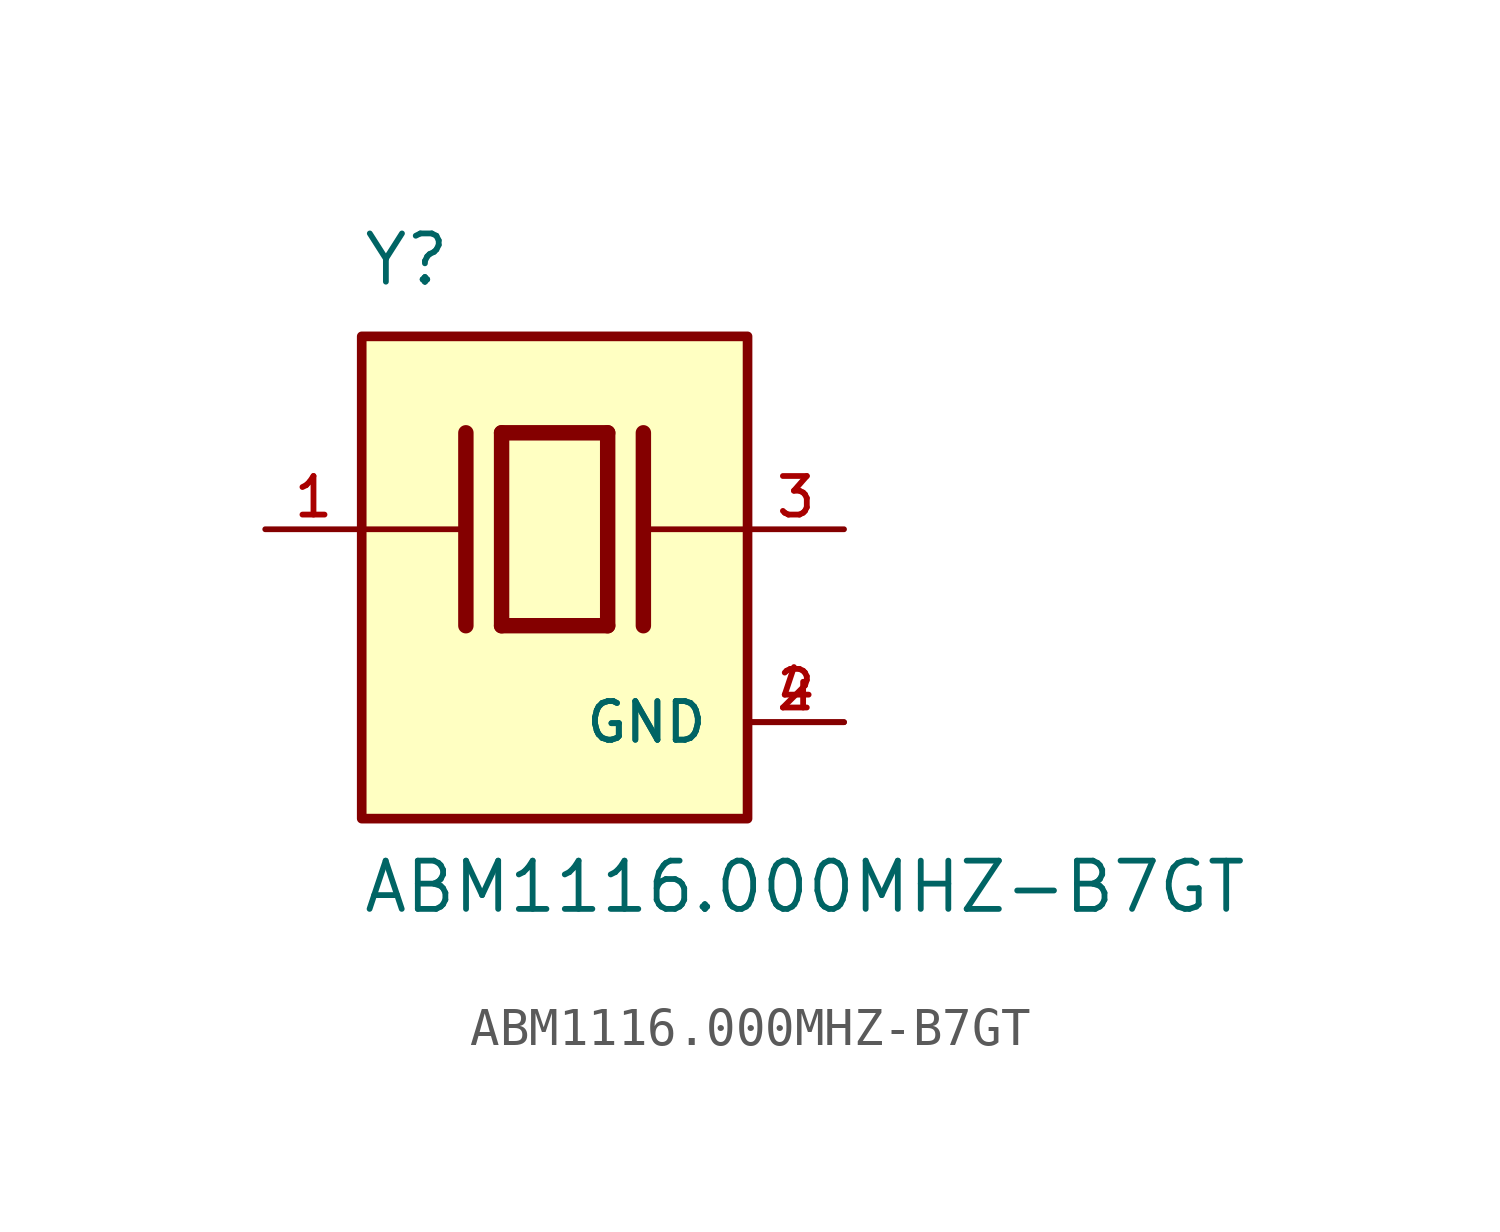
<source format=kicad_sym>
(kicad_symbol_lib
  (version 20211014)
  (generator kicad_symbol_editor)
  (symbol "ABM1116.000MHZ-B7GT"
    (pin_names
      (offset 1.016))
    (property "Reference" "Y"
      (at -5.088 6.356 0)
      (effects (font (size 1.27 1.27)) (justify bottom left)))
    (property "Value" "ABM1116.000MHZ-B7GT"
      (at -5.094 -10.16 0)
      (effects (font (size 1.27 1.27)) (justify bottom left)))
    (symbol "ABM1116.000MHZ-B7GT_0_0"
      (polyline (pts (xy -1.397 2.54) (xy 1.397 2.54)) (stroke (width 0.406)))
      (polyline (pts (xy 1.397 2.54) (xy 1.397 -2.54)) (stroke (width 0.406)))
      (polyline (pts (xy 1.397 -2.54) (xy -1.397 -2.54)) (stroke (width 0.406)))
      (polyline (pts (xy -1.397 2.54) (xy -1.397 -2.54)) (stroke (width 0.406)))
      (polyline (pts (xy 2.337 2.54) (xy 2.337 -2.54)) (stroke (width 0.406)))
      (polyline (pts (xy -2.337 2.54) (xy -2.337 -2.54)) (stroke (width 0.406)))
      (polyline (pts (xy -5.08 0.0) (xy -2.54 0.0)) (stroke (width 0.152)))
      (polyline (pts (xy 2.54 0.0) (xy 5.08 0.0)) (stroke (width 0.152)))
      (rectangle (start -5.08 -7.62) (end 5.08 5.08) (stroke (width 0.254)) (fill (type background)))
      (pin passive line (at 7.62 0.0 180.0) (length 2.54) (name "~" (effects (font (size 1.016 1.016)))) (number "3" (effects (font (size 1.016 1.016)))))
      (pin passive line (at -7.62 0.0 0) (length 2.54) (name "~" (effects (font (size 1.016 1.016)))) (number "1" (effects (font (size 1.016 1.016)))))
      (pin power_in line (at 7.62 -5.08 180.0) (length 2.54) (name "GND" (effects (font (size 1.016 1.016)))) (number "2" (effects (font (size 1.016 1.016)))))
      (pin power_in line (at 7.62 -5.08 180.0) (length 2.54) (name "GND" (effects (font (size 1.016 1.016)))) (number "4" (effects (font (size 1.016 1.016))))))))
</source>
